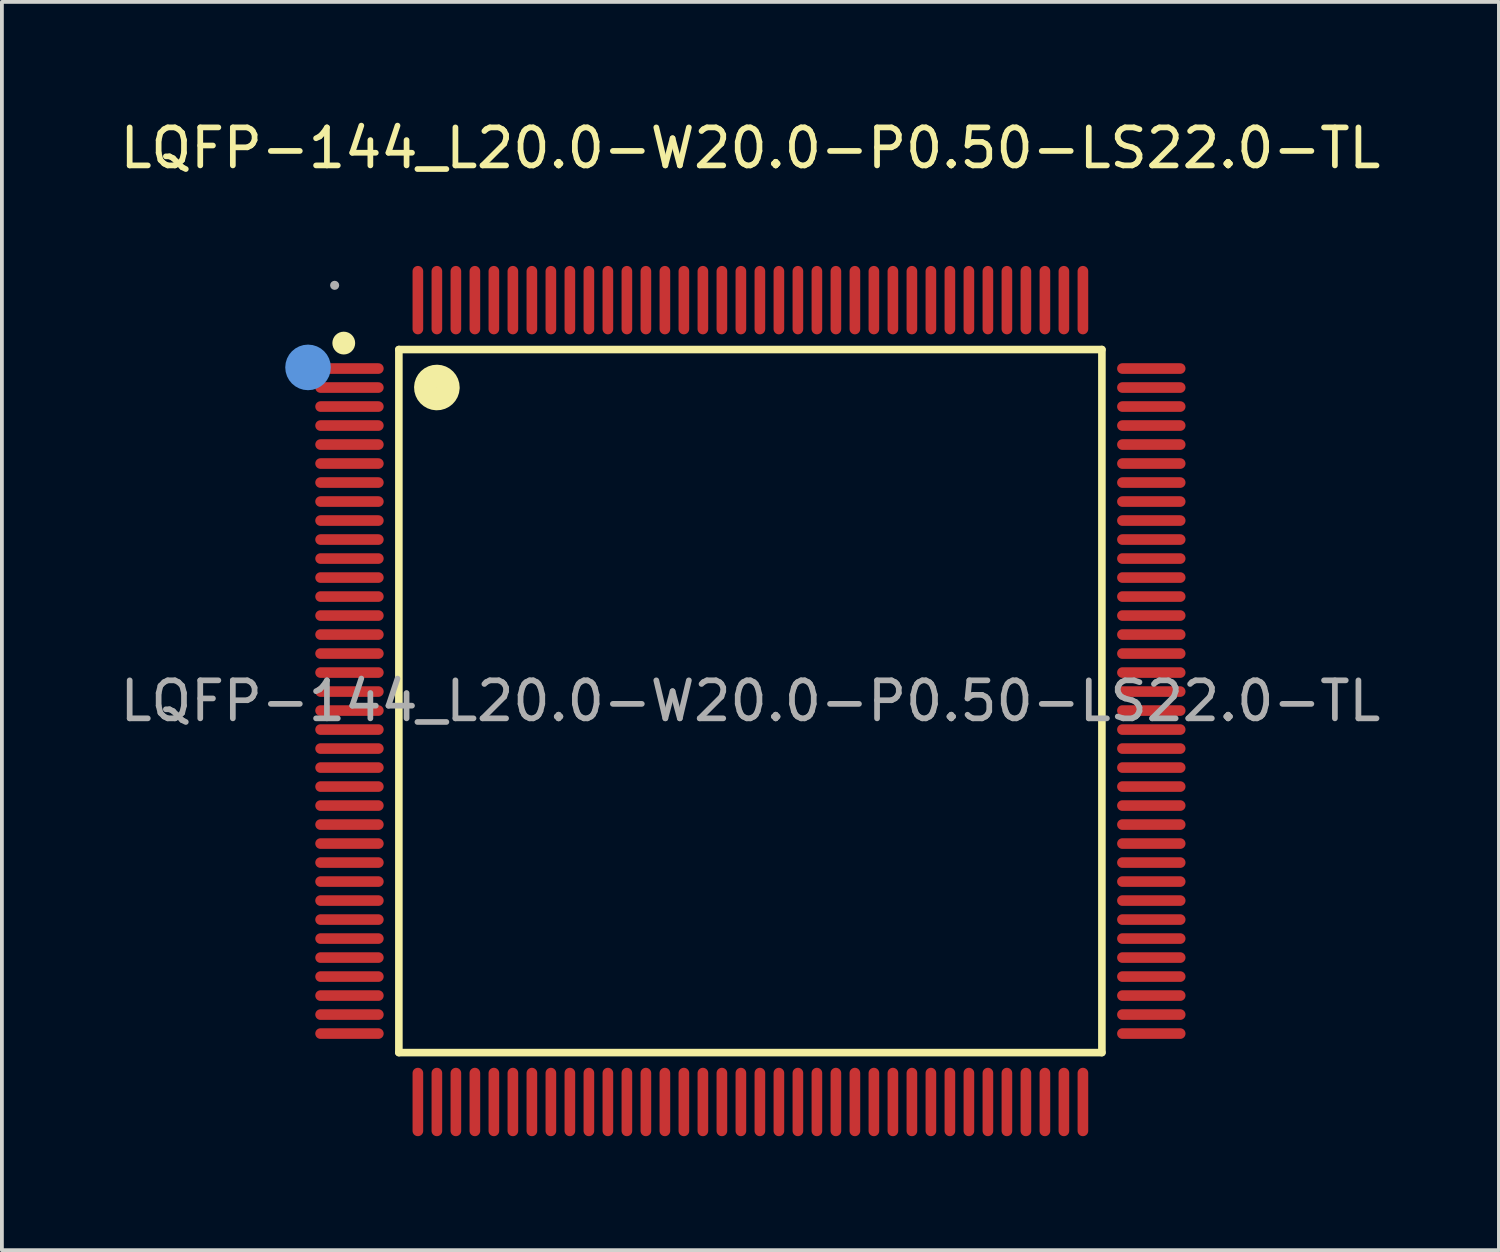
<source format=kicad_pcb>
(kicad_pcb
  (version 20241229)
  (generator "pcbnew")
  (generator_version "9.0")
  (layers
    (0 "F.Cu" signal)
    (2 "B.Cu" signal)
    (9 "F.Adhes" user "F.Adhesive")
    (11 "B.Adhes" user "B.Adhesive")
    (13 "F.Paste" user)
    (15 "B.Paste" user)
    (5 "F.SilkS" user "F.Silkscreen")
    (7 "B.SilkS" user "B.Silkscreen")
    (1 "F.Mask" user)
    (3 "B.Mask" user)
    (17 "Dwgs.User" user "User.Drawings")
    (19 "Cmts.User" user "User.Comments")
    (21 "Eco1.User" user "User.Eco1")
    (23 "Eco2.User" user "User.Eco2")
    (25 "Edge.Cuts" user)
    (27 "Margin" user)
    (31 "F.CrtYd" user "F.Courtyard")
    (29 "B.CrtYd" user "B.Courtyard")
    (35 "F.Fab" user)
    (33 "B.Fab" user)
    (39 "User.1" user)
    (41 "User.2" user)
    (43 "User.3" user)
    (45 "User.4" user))
  (footprint "LQFP-144_L20.0-W20.0-P0.50-LS22.0-TL"
    (layer "F.Cu")
    (at 16.696 15.398)
    (property "Reference" "LQFP-144_L20.0-W20.0-P0.50-LS22.0-TL" (at 0 -14.55 0) (layer "F.SilkS") (effects (font (size 1 1) (thickness 0.15))))
    (attr through_hole)
    (fp_line (start -9.25 -9.25) (end 9.25 -9.25) (stroke (width 0.2) (type solid)) (layer "F.SilkS"))
    (fp_line (start -9.25 9.25) (end -9.25 -9.25) (stroke (width 0.2) (type solid)) (layer "F.SilkS"))
    (fp_line (start 9.25 -9.25) (end 9.25 9.25) (stroke (width 0.2) (type solid)) (layer "F.SilkS"))
    (fp_line (start 9.25 9.25) (end -9.25 9.25) (stroke (width 0.2) (type solid)) (layer "F.SilkS"))
    (fp_arc (start -10.7 -9.42) (mid -10.7 -9.42) (end -10.7 -9.42) (stroke (width 0.3) (type solid)) (layer "F.SilkS"))
    (fp_arc (start -7.95 -8.24) (mid -8.550125 -8.254999) (end -7.949833 -8.250004) (stroke (width 0.6) (type solid)) (layer "F.SilkS"))
    (fp_circle (center -11.64 -8.78) (end -11.34 -8.78) (stroke (width 0.6) (type solid)) (fill no) (layer "Cmts.User"))
    (fp_circle (center -10.94 -10.94) (end -10.88 -10.94) (stroke (width 0.12) (type solid)) (fill no) (layer "F.Fab"))
    (fp_text user "${REFERENCE}" (at 0 0 0) (layer "F.Fab") (effects (font (size 1 1) (thickness 0.15))))
    (pad "1" smd oval (at -10.55 -8.75 90) (size 0.28 1.8) (layers "F.Cu" "F.Mask" "F.Paste"))
    (pad "2" smd oval (at -10.55 -8.25 90) (size 0.28 1.8) (layers "F.Cu" "F.Mask" "F.Paste"))
    (pad "3" smd oval (at -10.55 -7.75 90) (size 0.28 1.8) (layers "F.Cu" "F.Mask" "F.Paste"))
    (pad "4" smd oval (at -10.55 -7.25 90) (size 0.28 1.8) (layers "F.Cu" "F.Mask" "F.Paste"))
    (pad "5" smd oval (at -10.55 -6.75 90) (size 0.28 1.8) (layers "F.Cu" "F.Mask" "F.Paste"))
    (pad "6" smd oval (at -10.55 -6.25 90) (size 0.28 1.8) (layers "F.Cu" "F.Mask" "F.Paste"))
    (pad "7" smd oval (at -10.55 -5.75 90) (size 0.28 1.8) (layers "F.Cu" "F.Mask" "F.Paste"))
    (pad "8" smd oval (at -10.55 -5.25 90) (size 0.28 1.8) (layers "F.Cu" "F.Mask" "F.Paste"))
    (pad "9" smd oval (at -10.55 -4.75 90) (size 0.28 1.8) (layers "F.Cu" "F.Mask" "F.Paste"))
    (pad "10" smd oval (at -10.55 -4.25 90) (size 0.28 1.8) (layers "F.Cu" "F.Mask" "F.Paste"))
    (pad "11" smd oval (at -10.55 -3.75 90) (size 0.28 1.8) (layers "F.Cu" "F.Mask" "F.Paste"))
    (pad "12" smd oval (at -10.55 -3.25 90) (size 0.28 1.8) (layers "F.Cu" "F.Mask" "F.Paste"))
    (pad "13" smd oval (at -10.55 -2.75 90) (size 0.28 1.8) (layers "F.Cu" "F.Mask" "F.Paste"))
    (pad "14" smd oval (at -10.55 -2.25 90) (size 0.28 1.8) (layers "F.Cu" "F.Mask" "F.Paste"))
    (pad "15" smd oval (at -10.55 -1.75 90) (size 0.28 1.8) (layers "F.Cu" "F.Mask" "F.Paste"))
    (pad "16" smd oval (at -10.55 -1.25 90) (size 0.28 1.8) (layers "F.Cu" "F.Mask" "F.Paste"))
    (pad "17" smd oval (at -10.55 -0.75 90) (size 0.28 1.8) (layers "F.Cu" "F.Mask" "F.Paste"))
    (pad "18" smd oval (at -10.55 -0.25 90) (size 0.28 1.8) (layers "F.Cu" "F.Mask" "F.Paste"))
    (pad "19" smd oval (at -10.55 0.25 90) (size 0.28 1.8) (layers "F.Cu" "F.Mask" "F.Paste"))
    (pad "20" smd oval (at -10.55 0.75 90) (size 0.28 1.8) (layers "F.Cu" "F.Mask" "F.Paste"))
    (pad "21" smd oval (at -10.55 1.25 90) (size 0.28 1.8) (layers "F.Cu" "F.Mask" "F.Paste"))
    (pad "22" smd oval (at -10.55 1.75 90) (size 0.28 1.8) (layers "F.Cu" "F.Mask" "F.Paste"))
    (pad "23" smd oval (at -10.55 2.25 90) (size 0.28 1.8) (layers "F.Cu" "F.Mask" "F.Paste"))
    (pad "24" smd oval (at -10.55 2.75 90) (size 0.28 1.8) (layers "F.Cu" "F.Mask" "F.Paste"))
    (pad "25" smd oval (at -10.55 3.25 90) (size 0.28 1.8) (layers "F.Cu" "F.Mask" "F.Paste"))
    (pad "26" smd oval (at -10.55 3.75 90) (size 0.28 1.8) (layers "F.Cu" "F.Mask" "F.Paste"))
    (pad "27" smd oval (at -10.55 4.25 90) (size 0.28 1.8) (layers "F.Cu" "F.Mask" "F.Paste"))
    (pad "28" smd oval (at -10.55 4.75 90) (size 0.28 1.8) (layers "F.Cu" "F.Mask" "F.Paste"))
    (pad "29" smd oval (at -10.55 5.25 90) (size 0.28 1.8) (layers "F.Cu" "F.Mask" "F.Paste"))
    (pad "30" smd oval (at -10.55 5.75 90) (size 0.28 1.8) (layers "F.Cu" "F.Mask" "F.Paste"))
    (pad "31" smd oval (at -10.55 6.25 90) (size 0.28 1.8) (layers "F.Cu" "F.Mask" "F.Paste"))
    (pad "32" smd oval (at -10.55 6.75 90) (size 0.28 1.8) (layers "F.Cu" "F.Mask" "F.Paste"))
    (pad "33" smd oval (at -10.55 7.25 90) (size 0.28 1.8) (layers "F.Cu" "F.Mask" "F.Paste"))
    (pad "34" smd oval (at -10.55 7.75 90) (size 0.28 1.8) (layers "F.Cu" "F.Mask" "F.Paste"))
    (pad "35" smd oval (at -10.55 8.25 90) (size 0.28 1.8) (layers "F.Cu" "F.Mask" "F.Paste"))
    (pad "36" smd oval (at -10.55 8.75 90) (size 0.28 1.8) (layers "F.Cu" "F.Mask" "F.Paste"))
    (pad "37" smd oval (at -8.75 10.55) (size 0.28 1.8) (layers "F.Cu" "F.Mask" "F.Paste"))
    (pad "38" smd oval (at -8.25 10.55) (size 0.28 1.8) (layers "F.Cu" "F.Mask" "F.Paste"))
    (pad "39" smd oval (at -7.75 10.55) (size 0.28 1.8) (layers "F.Cu" "F.Mask" "F.Paste"))
    (pad "40" smd oval (at -7.25 10.55) (size 0.28 1.8) (layers "F.Cu" "F.Mask" "F.Paste"))
    (pad "41" smd oval (at -6.75 10.55) (size 0.28 1.8) (layers "F.Cu" "F.Mask" "F.Paste"))
    (pad "42" smd oval (at -6.25 10.55) (size 0.28 1.8) (layers "F.Cu" "F.Mask" "F.Paste"))
    (pad "43" smd oval (at -5.75 10.55) (size 0.28 1.8) (layers "F.Cu" "F.Mask" "F.Paste"))
    (pad "44" smd oval (at -5.25 10.55) (size 0.28 1.8) (layers "F.Cu" "F.Mask" "F.Paste"))
    (pad "45" smd oval (at -4.75 10.55) (size 0.28 1.8) (layers "F.Cu" "F.Mask" "F.Paste"))
    (pad "46" smd oval (at -4.25 10.55) (size 0.28 1.8) (layers "F.Cu" "F.Mask" "F.Paste"))
    (pad "47" smd oval (at -3.75 10.55) (size 0.28 1.8) (layers "F.Cu" "F.Mask" "F.Paste"))
    (pad "48" smd oval (at -3.25 10.55) (size 0.28 1.8) (layers "F.Cu" "F.Mask" "F.Paste"))
    (pad "49" smd oval (at -2.75 10.55) (size 0.28 1.8) (layers "F.Cu" "F.Mask" "F.Paste"))
    (pad "50" smd oval (at -2.25 10.55) (size 0.28 1.8) (layers "F.Cu" "F.Mask" "F.Paste"))
    (pad "51" smd oval (at -1.75 10.55) (size 0.28 1.8) (layers "F.Cu" "F.Mask" "F.Paste"))
    (pad "52" smd oval (at -1.25 10.55) (size 0.28 1.8) (layers "F.Cu" "F.Mask" "F.Paste"))
    (pad "53" smd oval (at -0.75 10.55) (size 0.28 1.8) (layers "F.Cu" "F.Mask" "F.Paste"))
    (pad "54" smd oval (at -0.25 10.55) (size 0.28 1.8) (layers "F.Cu" "F.Mask" "F.Paste"))
    (pad "55" smd oval (at 0.25 10.55) (size 0.28 1.8) (layers "F.Cu" "F.Mask" "F.Paste"))
    (pad "56" smd oval (at 0.75 10.55) (size 0.28 1.8) (layers "F.Cu" "F.Mask" "F.Paste"))
    (pad "57" smd oval (at 1.25 10.55) (size 0.28 1.8) (layers "F.Cu" "F.Mask" "F.Paste"))
    (pad "58" smd oval (at 1.75 10.55) (size 0.28 1.8) (layers "F.Cu" "F.Mask" "F.Paste"))
    (pad "59" smd oval (at 2.25 10.55) (size 0.28 1.8) (layers "F.Cu" "F.Mask" "F.Paste"))
    (pad "60" smd oval (at 2.75 10.55) (size 0.28 1.8) (layers "F.Cu" "F.Mask" "F.Paste"))
    (pad "61" smd oval (at 3.25 10.55) (size 0.28 1.8) (layers "F.Cu" "F.Mask" "F.Paste"))
    (pad "62" smd oval (at 3.75 10.55) (size 0.28 1.8) (layers "F.Cu" "F.Mask" "F.Paste"))
    (pad "63" smd oval (at 4.25 10.55) (size 0.28 1.8) (layers "F.Cu" "F.Mask" "F.Paste"))
    (pad "64" smd oval (at 4.75 10.55) (size 0.28 1.8) (layers "F.Cu" "F.Mask" "F.Paste"))
    (pad "65" smd oval (at 5.25 10.55) (size 0.28 1.8) (layers "F.Cu" "F.Mask" "F.Paste"))
    (pad "66" smd oval (at 5.75 10.55) (size 0.28 1.8) (layers "F.Cu" "F.Mask" "F.Paste"))
    (pad "67" smd oval (at 6.25 10.55) (size 0.28 1.8) (layers "F.Cu" "F.Mask" "F.Paste"))
    (pad "68" smd oval (at 6.75 10.55) (size 0.28 1.8) (layers "F.Cu" "F.Mask" "F.Paste"))
    (pad "69" smd oval (at 7.25 10.55) (size 0.28 1.8) (layers "F.Cu" "F.Mask" "F.Paste"))
    (pad "70" smd oval (at 7.75 10.55) (size 0.28 1.8) (layers "F.Cu" "F.Mask" "F.Paste"))
    (pad "71" smd oval (at 8.25 10.55) (size 0.28 1.8) (layers "F.Cu" "F.Mask" "F.Paste"))
    (pad "72" smd oval (at 8.75 10.55) (size 0.28 1.8) (layers "F.Cu" "F.Mask" "F.Paste"))
    (pad "73" smd oval (at 10.55 8.75 90) (size 0.28 1.8) (layers "F.Cu" "F.Mask" "F.Paste"))
    (pad "74" smd oval (at 10.55 8.25 90) (size 0.28 1.8) (layers "F.Cu" "F.Mask" "F.Paste"))
    (pad "75" smd oval (at 10.55 7.75 90) (size 0.28 1.8) (layers "F.Cu" "F.Mask" "F.Paste"))
    (pad "76" smd oval (at 10.55 7.25 90) (size 0.28 1.8) (layers "F.Cu" "F.Mask" "F.Paste"))
    (pad "77" smd oval (at 10.55 6.75 90) (size 0.28 1.8) (layers "F.Cu" "F.Mask" "F.Paste"))
    (pad "78" smd oval (at 10.55 6.25 90) (size 0.28 1.8) (layers "F.Cu" "F.Mask" "F.Paste"))
    (pad "79" smd oval (at 10.55 5.75 90) (size 0.28 1.8) (layers "F.Cu" "F.Mask" "F.Paste"))
    (pad "80" smd oval (at 10.55 5.25 90) (size 0.28 1.8) (layers "F.Cu" "F.Mask" "F.Paste"))
    (pad "81" smd oval (at 10.55 4.75 90) (size 0.28 1.8) (layers "F.Cu" "F.Mask" "F.Paste"))
    (pad "82" smd oval (at 10.55 4.25 90) (size 0.28 1.8) (layers "F.Cu" "F.Mask" "F.Paste"))
    (pad "83" smd oval (at 10.55 3.75 90) (size 0.28 1.8) (layers "F.Cu" "F.Mask" "F.Paste"))
    (pad "84" smd oval (at 10.55 3.25 90) (size 0.28 1.8) (layers "F.Cu" "F.Mask" "F.Paste"))
    (pad "85" smd oval (at 10.55 2.75 90) (size 0.28 1.8) (layers "F.Cu" "F.Mask" "F.Paste"))
    (pad "86" smd oval (at 10.55 2.25 90) (size 0.28 1.8) (layers "F.Cu" "F.Mask" "F.Paste"))
    (pad "87" smd oval (at 10.55 1.75 90) (size 0.28 1.8) (layers "F.Cu" "F.Mask" "F.Paste"))
    (pad "88" smd oval (at 10.55 1.25 90) (size 0.28 1.8) (layers "F.Cu" "F.Mask" "F.Paste"))
    (pad "89" smd oval (at 10.55 0.75 90) (size 0.28 1.8) (layers "F.Cu" "F.Mask" "F.Paste"))
    (pad "90" smd oval (at 10.55 0.25 90) (size 0.28 1.8) (layers "F.Cu" "F.Mask" "F.Paste"))
    (pad "91" smd oval (at 10.55 -0.25 90) (size 0.28 1.8) (layers "F.Cu" "F.Mask" "F.Paste"))
    (pad "92" smd oval (at 10.55 -0.75 90) (size 0.28 1.8) (layers "F.Cu" "F.Mask" "F.Paste"))
    (pad "93" smd oval (at 10.55 -1.25 90) (size 0.28 1.8) (layers "F.Cu" "F.Mask" "F.Paste"))
    (pad "94" smd oval (at 10.55 -1.75 90) (size 0.28 1.8) (layers "F.Cu" "F.Mask" "F.Paste"))
    (pad "95" smd oval (at 10.55 -2.25 90) (size 0.28 1.8) (layers "F.Cu" "F.Mask" "F.Paste"))
    (pad "96" smd oval (at 10.55 -2.75 90) (size 0.28 1.8) (layers "F.Cu" "F.Mask" "F.Paste"))
    (pad "97" smd oval (at 10.55 -3.25 90) (size 0.28 1.8) (layers "F.Cu" "F.Mask" "F.Paste"))
    (pad "98" smd oval (at 10.55 -3.75 90) (size 0.28 1.8) (layers "F.Cu" "F.Mask" "F.Paste"))
    (pad "99" smd oval (at 10.55 -4.25 90) (size 0.28 1.8) (layers "F.Cu" "F.Mask" "F.Paste"))
    (pad "100" smd oval (at 10.55 -4.75 90) (size 0.28 1.8) (layers "F.Cu" "F.Mask" "F.Paste"))
    (pad "101" smd oval (at 10.55 -5.25 90) (size 0.28 1.8) (layers "F.Cu" "F.Mask" "F.Paste"))
    (pad "102" smd oval (at 10.55 -5.75 90) (size 0.28 1.8) (layers "F.Cu" "F.Mask" "F.Paste"))
    (pad "103" smd oval (at 10.55 -6.25 90) (size 0.28 1.8) (layers "F.Cu" "F.Mask" "F.Paste"))
    (pad "104" smd oval (at 10.55 -6.75 90) (size 0.28 1.8) (layers "F.Cu" "F.Mask" "F.Paste"))
    (pad "105" smd oval (at 10.55 -7.25 90) (size 0.28 1.8) (layers "F.Cu" "F.Mask" "F.Paste"))
    (pad "106" smd oval (at 10.55 -7.75 90) (size 0.28 1.8) (layers "F.Cu" "F.Mask" "F.Paste"))
    (pad "107" smd oval (at 10.55 -8.25 90) (size 0.28 1.8) (layers "F.Cu" "F.Mask" "F.Paste"))
    (pad "108" smd oval (at 10.55 -8.75 90) (size 0.28 1.8) (layers "F.Cu" "F.Mask" "F.Paste"))
    (pad "109" smd oval (at 8.75 -10.55) (size 0.28 1.8) (layers "F.Cu" "F.Mask" "F.Paste"))
    (pad "110" smd oval (at 8.25 -10.55) (size 0.28 1.8) (layers "F.Cu" "F.Mask" "F.Paste"))
    (pad "111" smd oval (at 7.75 -10.55) (size 0.28 1.8) (layers "F.Cu" "F.Mask" "F.Paste"))
    (pad "112" smd oval (at 7.25 -10.55) (size 0.28 1.8) (layers "F.Cu" "F.Mask" "F.Paste"))
    (pad "113" smd oval (at 6.75 -10.55) (size 0.28 1.8) (layers "F.Cu" "F.Mask" "F.Paste"))
    (pad "114" smd oval (at 6.25 -10.55) (size 0.28 1.8) (layers "F.Cu" "F.Mask" "F.Paste"))
    (pad "115" smd oval (at 5.75 -10.55) (size 0.28 1.8) (layers "F.Cu" "F.Mask" "F.Paste"))
    (pad "116" smd oval (at 5.25 -10.55) (size 0.28 1.8) (layers "F.Cu" "F.Mask" "F.Paste"))
    (pad "117" smd oval (at 4.75 -10.55) (size 0.28 1.8) (layers "F.Cu" "F.Mask" "F.Paste"))
    (pad "118" smd oval (at 4.25 -10.55) (size 0.28 1.8) (layers "F.Cu" "F.Mask" "F.Paste"))
    (pad "119" smd oval (at 3.75 -10.55) (size 0.28 1.8) (layers "F.Cu" "F.Mask" "F.Paste"))
    (pad "120" smd oval (at 3.25 -10.55) (size 0.28 1.8) (layers "F.Cu" "F.Mask" "F.Paste"))
    (pad "121" smd oval (at 2.75 -10.55) (size 0.28 1.8) (layers "F.Cu" "F.Mask" "F.Paste"))
    (pad "122" smd oval (at 2.25 -10.55) (size 0.28 1.8) (layers "F.Cu" "F.Mask" "F.Paste"))
    (pad "123" smd oval (at 1.75 -10.55) (size 0.28 1.8) (layers "F.Cu" "F.Mask" "F.Paste"))
    (pad "124" smd oval (at 1.25 -10.55) (size 0.28 1.8) (layers "F.Cu" "F.Mask" "F.Paste"))
    (pad "125" smd oval (at 0.75 -10.55) (size 0.28 1.8) (layers "F.Cu" "F.Mask" "F.Paste"))
    (pad "126" smd oval (at 0.25 -10.55) (size 0.28 1.8) (layers "F.Cu" "F.Mask" "F.Paste"))
    (pad "127" smd oval (at -0.25 -10.55) (size 0.28 1.8) (layers "F.Cu" "F.Mask" "F.Paste"))
    (pad "128" smd oval (at -0.75 -10.55) (size 0.28 1.8) (layers "F.Cu" "F.Mask" "F.Paste"))
    (pad "129" smd oval (at -1.25 -10.55) (size 0.28 1.8) (layers "F.Cu" "F.Mask" "F.Paste"))
    (pad "130" smd oval (at -1.75 -10.55) (size 0.28 1.8) (layers "F.Cu" "F.Mask" "F.Paste"))
    (pad "131" smd oval (at -2.25 -10.55) (size 0.28 1.8) (layers "F.Cu" "F.Mask" "F.Paste"))
    (pad "132" smd oval (at -2.75 -10.55) (size 0.28 1.8) (layers "F.Cu" "F.Mask" "F.Paste"))
    (pad "133" smd oval (at -3.25 -10.55) (size 0.28 1.8) (layers "F.Cu" "F.Mask" "F.Paste"))
    (pad "134" smd oval (at -3.75 -10.55) (size 0.28 1.8) (layers "F.Cu" "F.Mask" "F.Paste"))
    (pad "135" smd oval (at -4.25 -10.55) (size 0.28 1.8) (layers "F.Cu" "F.Mask" "F.Paste"))
    (pad "136" smd oval (at -4.75 -10.55) (size 0.28 1.8) (layers "F.Cu" "F.Mask" "F.Paste"))
    (pad "137" smd oval (at -5.25 -10.55) (size 0.28 1.8) (layers "F.Cu" "F.Mask" "F.Paste"))
    (pad "138" smd oval (at -5.75 -10.55) (size 0.28 1.8) (layers "F.Cu" "F.Mask" "F.Paste"))
    (pad "139" smd oval (at -6.25 -10.55) (size 0.28 1.8) (layers "F.Cu" "F.Mask" "F.Paste"))
    (pad "140" smd oval (at -6.75 -10.55) (size 0.28 1.8) (layers "F.Cu" "F.Mask" "F.Paste"))
    (pad "141" smd oval (at -7.25 -10.55) (size 0.28 1.8) (layers "F.Cu" "F.Mask" "F.Paste"))
    (pad "142" smd oval (at -7.75 -10.55) (size 0.28 1.8) (layers "F.Cu" "F.Mask" "F.Paste"))
    (pad "143" smd oval (at -8.25 -10.55) (size 0.28 1.8) (layers "F.Cu" "F.Mask" "F.Paste"))
    (pad "144" smd oval (at -8.75 -10.55) (size 0.28 1.8) (layers "F.Cu" "F.Mask" "F.Paste")))
  (gr_rect
    (start -3 -3)
    (end 36.393 29.848)
    (stroke (width 0.1) (type default))
    (fill no)
    (layer "Edge.Cuts")))
</source>
